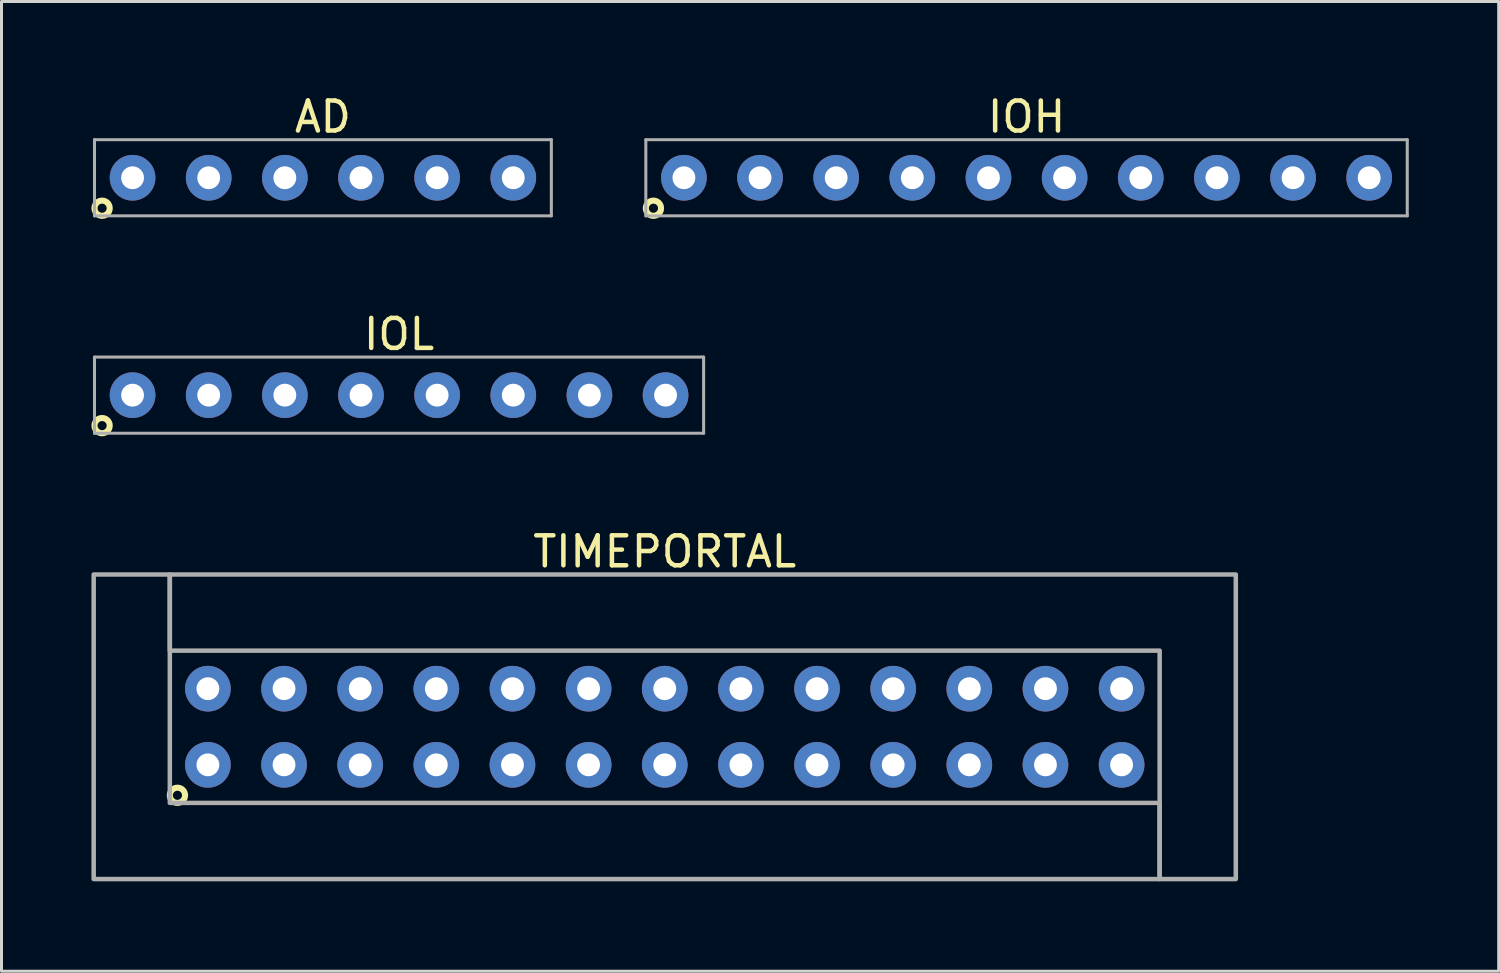
<source format=kicad_pcb>
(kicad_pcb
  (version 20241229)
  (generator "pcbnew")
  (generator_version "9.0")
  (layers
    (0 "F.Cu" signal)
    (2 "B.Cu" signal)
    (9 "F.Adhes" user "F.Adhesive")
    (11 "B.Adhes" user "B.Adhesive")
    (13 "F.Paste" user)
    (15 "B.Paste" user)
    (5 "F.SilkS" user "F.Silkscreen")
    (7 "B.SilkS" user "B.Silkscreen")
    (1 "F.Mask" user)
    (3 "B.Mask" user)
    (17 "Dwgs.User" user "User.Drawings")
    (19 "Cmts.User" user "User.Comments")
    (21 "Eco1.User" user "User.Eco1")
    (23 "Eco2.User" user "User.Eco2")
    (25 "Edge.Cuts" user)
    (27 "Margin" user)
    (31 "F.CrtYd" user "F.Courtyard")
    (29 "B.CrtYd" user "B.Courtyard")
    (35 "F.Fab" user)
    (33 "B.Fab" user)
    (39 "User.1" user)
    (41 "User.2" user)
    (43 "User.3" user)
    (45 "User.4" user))
  (footprint "IOH"
    (layer "F.Cu")
    (at 31.194 2.88)
    (property "Reference" "IOH" (at 0 -2.032 0) (layer "F.SilkS") (effects (font (size 1 1) (thickness 0.15))))
    (attr through_hole)
    (fp_circle (center -12.446 1.016) (end -12.192 1.016) (stroke (width 0.203) (type solid)) (fill no) (layer "F.SilkS"))
    (fp_line (start -12.7 -1.27) (end 12.7 -1.27) (stroke (width 0.102) (type solid)) (layer "F.Fab"))
    (fp_line (start -12.7 1.27) (end -12.7 -1.27) (stroke (width 0.102) (type solid)) (layer "F.Fab"))
    (fp_line (start 12.7 -1.27) (end 12.7 1.27) (stroke (width 0.102) (type solid)) (layer "F.Fab"))
    (fp_line (start 12.7 1.27) (end -12.7 1.27) (stroke (width 0.102) (type solid)) (layer "F.Fab"))
    (pad "1" thru_hole circle (at -11.43 0) (size 1.524 1.524) (drill 0.762) (layers "*.Cu" "*.Mask"))
    (pad "2" thru_hole circle (at -8.89 0) (size 1.524 1.524) (drill 0.762) (layers "*.Cu" "*.Mask"))
    (pad "3" thru_hole circle (at -6.35 0) (size 1.524 1.524) (drill 0.762) (layers "*.Cu" "*.Mask"))
    (pad "4" thru_hole circle (at -3.81 0) (size 1.524 1.524) (drill 0.762) (layers "*.Cu" "*.Mask"))
    (pad "5" thru_hole circle (at -1.27 0) (size 1.524 1.524) (drill 0.762) (layers "*.Cu" "*.Mask"))
    (pad "6" thru_hole circle (at 1.27 0) (size 1.524 1.524) (drill 0.762) (layers "*.Cu" "*.Mask"))
    (pad "7" thru_hole circle (at 3.81 0) (size 1.524 1.524) (drill 0.762) (layers "*.Cu" "*.Mask"))
    (pad "8" thru_hole circle (at 6.35 0) (size 1.524 1.524) (drill 0.762) (layers "*.Cu" "*.Mask"))
    (pad "9" thru_hole circle (at 8.89 0) (size 1.524 1.524) (drill 0.762) (layers "*.Cu" "*.Mask"))
    (pad "10" thru_hole circle (at 11.43 0) (size 1.524 1.524) (drill 0.762) (layers "*.Cu" "*.Mask")))
  (footprint "TIMEPORTAL"
    (layer "F.Cu")
    (at 19.125 21.194)
    (property "Reference" "TIMEPORTAL" (at 0 -5.842 0) (layer "F.SilkS") (effects (font (size 1 1) (thickness 0.15))))
    (attr through_hole)
    (fp_circle (center -16.256 2.286) (end -16.002 2.286) (stroke (width 0.203) (type solid)) (fill no) (layer "F.SilkS"))
    (fp_poly (pts (xy 16.51 5.08) (xy 16.51 2.54) (xy -16.51 2.54) (xy -16.51 -5.08) (xy -19.05 -5.08) (xy -19.05 5.08)) (stroke (width 0.15) (type solid)) (fill no) (layer "F.Fab"))
    (fp_poly (pts (xy 19.05 -2.54) (xy 19.05 5.08) (xy 16.51 5.08) (xy 16.51 -2.54) (xy -16.51 -2.54) (xy -16.51 -5.08) (xy 19.05 -5.08)) (stroke (width 0.15) (type solid)) (fill no) (layer "F.Fab"))
    (pad "1" thru_hole circle (at -15.24 1.27) (size 1.524 1.524) (drill 0.762) (layers "*.Cu" "*.Mask"))
    (pad "2" thru_hole circle (at -12.7 1.27) (size 1.524 1.524) (drill 0.762) (layers "*.Cu" "*.Mask"))
    (pad "3" thru_hole circle (at -10.16 1.27) (size 1.524 1.524) (drill 0.762) (layers "*.Cu" "*.Mask"))
    (pad "4" thru_hole circle (at -7.62 1.27) (size 1.524 1.524) (drill 0.762) (layers "*.Cu" "*.Mask"))
    (pad "5" thru_hole circle (at -5.08 1.27) (size 1.524 1.524) (drill 0.762) (layers "*.Cu" "*.Mask"))
    (pad "6" thru_hole circle (at -2.54 1.27) (size 1.524 1.524) (drill 0.762) (layers "*.Cu" "*.Mask"))
    (pad "7" thru_hole circle (at 0 1.27) (size 1.524 1.524) (drill 0.762) (layers "*.Cu" "*.Mask"))
    (pad "8" thru_hole circle (at 2.54 1.27) (size 1.524 1.524) (drill 0.762) (layers "*.Cu" "*.Mask"))
    (pad "9" thru_hole circle (at 5.08 1.27) (size 1.524 1.524) (drill 0.762) (layers "*.Cu" "*.Mask"))
    (pad "10" thru_hole circle (at 7.62 1.27) (size 1.524 1.524) (drill 0.762) (layers "*.Cu" "*.Mask"))
    (pad "11" thru_hole circle (at 10.16 1.27) (size 1.524 1.524) (drill 0.762) (layers "*.Cu" "*.Mask"))
    (pad "12" thru_hole circle (at 12.7 1.27) (size 1.524 1.524) (drill 0.762) (layers "*.Cu" "*.Mask"))
    (pad "13" thru_hole circle (at 15.24 1.27) (size 1.524 1.524) (drill 0.762) (layers "*.Cu" "*.Mask"))
    (pad "14" thru_hole circle (at 15.24 -1.27) (size 1.524 1.524) (drill 0.762) (layers "*.Cu" "*.Mask"))
    (pad "15" thru_hole circle (at 12.7 -1.27) (size 1.524 1.524) (drill 0.762) (layers "*.Cu" "*.Mask"))
    (pad "16" thru_hole circle (at 10.16 -1.27) (size 1.524 1.524) (drill 0.762) (layers "*.Cu" "*.Mask"))
    (pad "17" thru_hole circle (at 7.62 -1.27) (size 1.524 1.524) (drill 0.762) (layers "*.Cu" "*.Mask"))
    (pad "18" thru_hole circle (at 5.08 -1.27) (size 1.524 1.524) (drill 0.762) (layers "*.Cu" "*.Mask"))
    (pad "19" thru_hole circle (at 2.54 -1.27) (size 1.524 1.524) (drill 0.762) (layers "*.Cu" "*.Mask"))
    (pad "20" thru_hole circle (at 0 -1.27) (size 1.524 1.524) (drill 0.762) (layers "*.Cu" "*.Mask"))
    (pad "21" thru_hole circle (at -2.54 -1.27) (size 1.524 1.524) (drill 0.762) (layers "*.Cu" "*.Mask"))
    (pad "22" thru_hole circle (at -5.08 -1.27) (size 1.524 1.524) (drill 0.762) (layers "*.Cu" "*.Mask"))
    (pad "23" thru_hole circle (at -7.62 -1.27) (size 1.524 1.524) (drill 0.762) (layers "*.Cu" "*.Mask"))
    (pad "24" thru_hole circle (at -10.16 -1.27) (size 1.524 1.524) (drill 0.762) (layers "*.Cu" "*.Mask"))
    (pad "25" thru_hole circle (at -12.7 -1.27) (size 1.524 1.524) (drill 0.762) (layers "*.Cu" "*.Mask"))
    (pad "26" thru_hole circle (at -15.24 -1.27) (size 1.524 1.524) (drill 0.762) (layers "*.Cu" "*.Mask")))
  (footprint "AD"
    (layer "F.Cu")
    (at 7.722 2.88)
    (property "Reference" "AD" (at 0 -2.032 0) (layer "F.SilkS") (effects (font (size 1 1) (thickness 0.15))))
    (attr through_hole)
    (fp_circle (center -7.366 1.016) (end -7.112 1.016) (stroke (width 0.203) (type solid)) (fill no) (layer "F.SilkS"))
    (fp_line (start -7.62 -1.27) (end 7.62 -1.27) (stroke (width 0.102) (type solid)) (layer "F.Fab"))
    (fp_line (start -7.62 1.27) (end -7.62 -1.27) (stroke (width 0.102) (type solid)) (layer "F.Fab"))
    (fp_line (start 7.62 -1.27) (end 7.62 1.27) (stroke (width 0.102) (type solid)) (layer "F.Fab"))
    (fp_line (start 7.62 1.27) (end -7.62 1.27) (stroke (width 0.102) (type solid)) (layer "F.Fab"))
    (pad "1" thru_hole circle (at -6.35 0) (size 1.524 1.524) (drill 0.762) (layers "*.Cu" "*.Mask"))
    (pad "2" thru_hole circle (at -3.81 0) (size 1.524 1.524) (drill 0.762) (layers "*.Cu" "*.Mask"))
    (pad "3" thru_hole circle (at -1.27 0) (size 1.524 1.524) (drill 0.762) (layers "*.Cu" "*.Mask"))
    (pad "4" thru_hole circle (at 1.27 0) (size 1.524 1.524) (drill 0.762) (layers "*.Cu" "*.Mask"))
    (pad "5" thru_hole circle (at 3.81 0) (size 1.524 1.524) (drill 0.762) (layers "*.Cu" "*.Mask"))
    (pad "6" thru_hole circle (at 6.35 0) (size 1.524 1.524) (drill 0.762) (layers "*.Cu" "*.Mask")))
  (footprint "IOL"
    (layer "F.Cu")
    (at 10.262 10.132)
    (property "Reference" "IOL" (at 0 -2.032 0) (layer "F.SilkS") (effects (font (size 1 1) (thickness 0.15))))
    (attr through_hole)
    (fp_circle (center -9.906 1.016) (end -9.652 1.016) (stroke (width 0.203) (type solid)) (fill no) (layer "F.SilkS"))
    (fp_line (start -10.16 -1.27) (end 10.16 -1.27) (stroke (width 0.102) (type solid)) (layer "F.Fab"))
    (fp_line (start -10.16 1.27) (end -10.16 -1.27) (stroke (width 0.102) (type solid)) (layer "F.Fab"))
    (fp_line (start 10.16 -1.27) (end 10.16 1.27) (stroke (width 0.102) (type solid)) (layer "F.Fab"))
    (fp_line (start 10.16 1.27) (end -10.16 1.27) (stroke (width 0.102) (type solid)) (layer "F.Fab"))
    (pad "1" thru_hole circle (at -8.89 0) (size 1.524 1.524) (drill 0.762) (layers "*.Cu" "*.Mask"))
    (pad "2" thru_hole circle (at -6.35 0) (size 1.524 1.524) (drill 0.762) (layers "*.Cu" "*.Mask"))
    (pad "3" thru_hole circle (at -3.81 0) (size 1.524 1.524) (drill 0.762) (layers "*.Cu" "*.Mask"))
    (pad "4" thru_hole circle (at -1.27 0) (size 1.524 1.524) (drill 0.762) (layers "*.Cu" "*.Mask"))
    (pad "5" thru_hole circle (at 1.27 0) (size 1.524 1.524) (drill 0.762) (layers "*.Cu" "*.Mask"))
    (pad "6" thru_hole circle (at 3.81 0) (size 1.524 1.524) (drill 0.762) (layers "*.Cu" "*.Mask"))
    (pad "7" thru_hole circle (at 6.35 0) (size 1.524 1.524) (drill 0.762) (layers "*.Cu" "*.Mask"))
    (pad "8" thru_hole circle (at 8.89 0) (size 1.524 1.524) (drill 0.762) (layers "*.Cu" "*.Mask")))
  (gr_rect
    (start -3 -3)
    (end 46.945 29.349)
    (stroke (width 0.1) (type default))
    (fill no)
    (layer "Edge.Cuts")))
</source>
